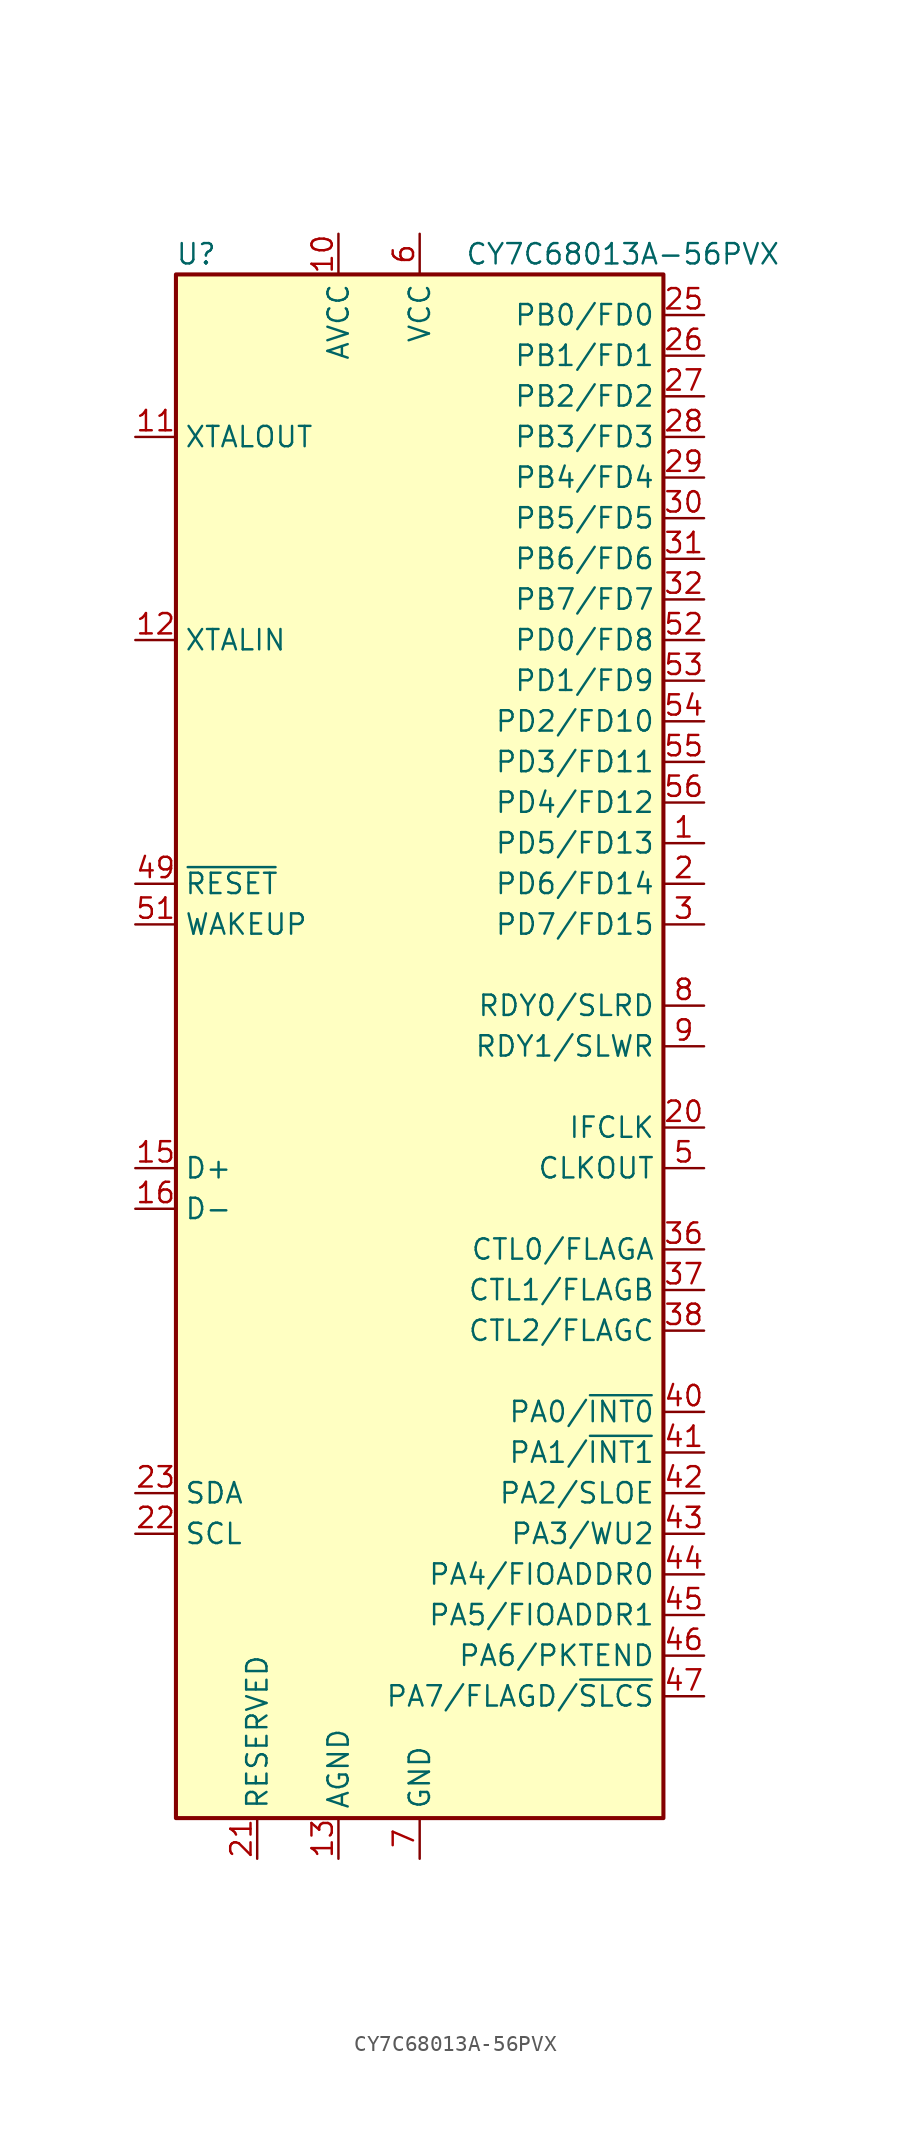
<source format=kicad_sym>
(kicad_symbol_lib
  (version 20241209)
  (generator "kicad_symbol_editor")
  (generator_version "9.0")
  (symbol "CY7C68013A-56PVX"
    (property "Reference" "U"
      (at -13.97 49.53 0)
      (effects (font (size 1.27 1.27))))
    (property "Value" "CY7C68013A-56PVX"
      (at 12.7 49.53 0)
      (effects (font (size 1.27 1.27))))
    (symbol "CY7C68013A-56PVX_0_1"
      (rectangle (start 15.24 -48.26) (end -15.24 48.26) (stroke (width 0.254) (type default)) (fill (type background))))
    (symbol "CY7C68013A-56PVX_1_1"
      (pin output line (at -17.78 38.1 0) (length 2.54) (name "XTALOUT" (effects (font (size 1.27 1.27)))) (number "11" (effects (font (size 1.27 1.27)))))
      (pin input line (at -17.78 25.4 0) (length 2.54) (name "XTALIN" (effects (font (size 1.27 1.27)))) (number "12" (effects (font (size 1.27 1.27)))))
      (pin input line (at -17.78 10.16 0) (length 2.54) (name "~{RESET}" (effects (font (size 1.27 1.27)))) (number "49" (effects (font (size 1.27 1.27)))))
      (pin input line (at -17.78 7.62 0) (length 2.54) (name "WAKEUP" (effects (font (size 1.27 1.27)))) (number "51" (effects (font (size 1.27 1.27)))))
      (pin bidirectional line (at -17.78 -7.62 0) (length 2.54) (name "D+" (effects (font (size 1.27 1.27)))) (number "15" (effects (font (size 1.27 1.27)))))
      (pin bidirectional line (at -17.78 -10.16 0) (length 2.54) (name "D-" (effects (font (size 1.27 1.27)))) (number "16" (effects (font (size 1.27 1.27)))))
      (pin bidirectional line (at -17.78 -27.94 0) (length 2.54) (name "SDA" (effects (font (size 1.27 1.27)))) (number "23" (effects (font (size 1.27 1.27)))))
      (pin input line (at -17.78 -30.48 0) (length 2.54) (name "SCL" (effects (font (size 1.27 1.27)))) (number "22" (effects (font (size 1.27 1.27)))))
      (pin input line (at -10.16 -50.8 90) (length 2.54) (name "RESERVED" (effects (font (size 1.27 1.27)))) (number "21" (effects (font (size 1.27 1.27)))))
      (pin power_in line (at -5.08 50.8 270) (length 2.54) (name "AVCC" (effects (font (size 1.27 1.27)))) (number "10" (effects (font (size 1.27 1.27)))))
      (pin passive line (at -5.08 50.8 270) (length 2.54) (hide yes) (name "AVCC" (effects (font (size 1.27 1.27)))) (number "14" (effects (font (size 1.27 1.27)))))
      (pin power_in line (at -5.08 -50.8 90) (length 2.54) (name "AGND" (effects (font (size 1.27 1.27)))) (number "13" (effects (font (size 1.27 1.27)))))
      (pin passive line (at -5.08 -50.8 90) (length 2.54) (hide yes) (name "AGND" (effects (font (size 1.27 1.27)))) (number "17" (effects (font (size 1.27 1.27)))))
      (pin passive line (at 0 50.8 270) (length 2.54) (hide yes) (name "VCC" (effects (font (size 1.27 1.27)))) (number "18" (effects (font (size 1.27 1.27)))))
      (pin passive line (at 0 50.8 270) (length 2.54) (hide yes) (name "VCC" (effects (font (size 1.27 1.27)))) (number "24" (effects (font (size 1.27 1.27)))))
      (pin passive line (at 0 50.8 270) (length 2.54) (hide yes) (name "VCC" (effects (font (size 1.27 1.27)))) (number "34" (effects (font (size 1.27 1.27)))))
      (pin passive line (at 0 50.8 270) (length 2.54) (hide yes) (name "VCC" (effects (font (size 1.27 1.27)))) (number "39" (effects (font (size 1.27 1.27)))))
      (pin passive line (at 0 50.8 270) (length 2.54) (hide yes) (name "VCC" (effects (font (size 1.27 1.27)))) (number "50" (effects (font (size 1.27 1.27)))))
      (pin power_in line (at 0 50.8 270) (length 2.54) (name "VCC" (effects (font (size 1.27 1.27)))) (number "6" (effects (font (size 1.27 1.27)))))
      (pin passive line (at 0 -50.8 90) (length 2.54) (hide yes) (name "GND" (effects (font (size 1.27 1.27)))) (number "19" (effects (font (size 1.27 1.27)))))
      (pin passive line (at 0 -50.8 90) (length 2.54) (hide yes) (name "GND" (effects (font (size 1.27 1.27)))) (number "33" (effects (font (size 1.27 1.27)))))
      (pin passive line (at 0 -50.8 90) (length 2.54) (hide yes) (name "GND" (effects (font (size 1.27 1.27)))) (number "35" (effects (font (size 1.27 1.27)))))
      (pin passive line (at 0 -50.8 90) (length 2.54) (hide yes) (name "GND" (effects (font (size 1.27 1.27)))) (number "4" (effects (font (size 1.27 1.27)))))
      (pin passive line (at 0 -50.8 90) (length 2.54) (hide yes) (name "GND" (effects (font (size 1.27 1.27)))) (number "48" (effects (font (size 1.27 1.27)))))
      (pin power_in line (at 0 -50.8 90) (length 2.54) (name "GND" (effects (font (size 1.27 1.27)))) (number "7" (effects (font (size 1.27 1.27)))))
      (pin bidirectional line (at 17.78 45.72 180) (length 2.54) (name "PB0/FD0" (effects (font (size 1.27 1.27)))) (number "25" (effects (font (size 1.27 1.27)))))
      (pin bidirectional line (at 17.78 43.18 180) (length 2.54) (name "PB1/FD1" (effects (font (size 1.27 1.27)))) (number "26" (effects (font (size 1.27 1.27)))))
      (pin bidirectional line (at 17.78 40.64 180) (length 2.54) (name "PB2/FD2" (effects (font (size 1.27 1.27)))) (number "27" (effects (font (size 1.27 1.27)))))
      (pin bidirectional line (at 17.78 38.1 180) (length 2.54) (name "PB3/FD3" (effects (font (size 1.27 1.27)))) (number "28" (effects (font (size 1.27 1.27)))))
      (pin bidirectional line (at 17.78 35.56 180) (length 2.54) (name "PB4/FD4" (effects (font (size 1.27 1.27)))) (number "29" (effects (font (size 1.27 1.27)))))
      (pin bidirectional line (at 17.78 33.02 180) (length 2.54) (name "PB5/FD5" (effects (font (size 1.27 1.27)))) (number "30" (effects (font (size 1.27 1.27)))))
      (pin bidirectional line (at 17.78 30.48 180) (length 2.54) (name "PB6/FD6" (effects (font (size 1.27 1.27)))) (number "31" (effects (font (size 1.27 1.27)))))
      (pin bidirectional line (at 17.78 27.94 180) (length 2.54) (name "PB7/FD7" (effects (font (size 1.27 1.27)))) (number "32" (effects (font (size 1.27 1.27)))))
      (pin bidirectional line (at 17.78 25.4 180) (length 2.54) (name "PD0/FD8" (effects (font (size 1.27 1.27)))) (number "52" (effects (font (size 1.27 1.27)))))
      (pin bidirectional line (at 17.78 22.86 180) (length 2.54) (name "PD1/FD9" (effects (font (size 1.27 1.27)))) (number "53" (effects (font (size 1.27 1.27)))))
      (pin bidirectional line (at 17.78 20.32 180) (length 2.54) (name "PD2/FD10" (effects (font (size 1.27 1.27)))) (number "54" (effects (font (size 1.27 1.27)))))
      (pin bidirectional line (at 17.78 17.78 180) (length 2.54) (name "PD3/FD11" (effects (font (size 1.27 1.27)))) (number "55" (effects (font (size 1.27 1.27)))))
      (pin bidirectional line (at 17.78 15.24 180) (length 2.54) (name "PD4/FD12" (effects (font (size 1.27 1.27)))) (number "56" (effects (font (size 1.27 1.27)))))
      (pin bidirectional line (at 17.78 12.7 180) (length 2.54) (name "PD5/FD13" (effects (font (size 1.27 1.27)))) (number "1" (effects (font (size 1.27 1.27)))))
      (pin bidirectional line (at 17.78 10.16 180) (length 2.54) (name "PD6/FD14" (effects (font (size 1.27 1.27)))) (number "2" (effects (font (size 1.27 1.27)))))
      (pin bidirectional line (at 17.78 7.62 180) (length 2.54) (name "PD7/FD15" (effects (font (size 1.27 1.27)))) (number "3" (effects (font (size 1.27 1.27)))))
      (pin input line (at 17.78 2.54 180) (length 2.54) (name "RDY0/SLRD" (effects (font (size 1.27 1.27)))) (number "8" (effects (font (size 1.27 1.27)))))
      (pin input line (at 17.78 0 180) (length 2.54) (name "RDY1/SLWR" (effects (font (size 1.27 1.27)))) (number "9" (effects (font (size 1.27 1.27)))))
      (pin bidirectional line (at 17.78 -5.08 180) (length 2.54) (name "IFCLK" (effects (font (size 1.27 1.27)))) (number "20" (effects (font (size 1.27 1.27)))))
      (pin output line (at 17.78 -7.62 180) (length 2.54) (name "CLKOUT" (effects (font (size 1.27 1.27)))) (number "5" (effects (font (size 1.27 1.27)))))
      (pin output line (at 17.78 -12.7 180) (length 2.54) (name "CTL0/FLAGA" (effects (font (size 1.27 1.27)))) (number "36" (effects (font (size 1.27 1.27)))))
      (pin output line (at 17.78 -15.24 180) (length 2.54) (name "CTL1/FLAGB" (effects (font (size 1.27 1.27)))) (number "37" (effects (font (size 1.27 1.27)))))
      (pin output line (at 17.78 -17.78 180) (length 2.54) (name "CTL2/FLAGC" (effects (font (size 1.27 1.27)))) (number "38" (effects (font (size 1.27 1.27)))))
      (pin bidirectional line (at 17.78 -22.86 180) (length 2.54) (name "PA0/~{INT0}" (effects (font (size 1.27 1.27)))) (number "40" (effects (font (size 1.27 1.27)))))
      (pin bidirectional line (at 17.78 -25.4 180) (length 2.54) (name "PA1/~{INT1}" (effects (font (size 1.27 1.27)))) (number "41" (effects (font (size 1.27 1.27)))))
      (pin bidirectional line (at 17.78 -27.94 180) (length 2.54) (name "PA2/SLOE" (effects (font (size 1.27 1.27)))) (number "42" (effects (font (size 1.27 1.27)))))
      (pin bidirectional line (at 17.78 -30.48 180) (length 2.54) (name "PA3/WU2" (effects (font (size 1.27 1.27)))) (number "43" (effects (font (size 1.27 1.27)))))
      (pin bidirectional line (at 17.78 -33.02 180) (length 2.54) (name "PA4/FIOADDR0" (effects (font (size 1.27 1.27)))) (number "44" (effects (font (size 1.27 1.27)))))
      (pin bidirectional line (at 17.78 -35.56 180) (length 2.54) (name "PA5/FIOADDR1" (effects (font (size 1.27 1.27)))) (number "45" (effects (font (size 1.27 1.27)))))
      (pin bidirectional line (at 17.78 -38.1 180) (length 2.54) (name "PA6/PKTEND" (effects (font (size 1.27 1.27)))) (number "46" (effects (font (size 1.27 1.27)))))
      (pin bidirectional line (at 17.78 -40.64 180) (length 2.54) (name "PA7/FLAGD/~{SLCS}" (effects (font (size 1.27 1.27)))) (number "47" (effects (font (size 1.27 1.27))))))))
</source>
